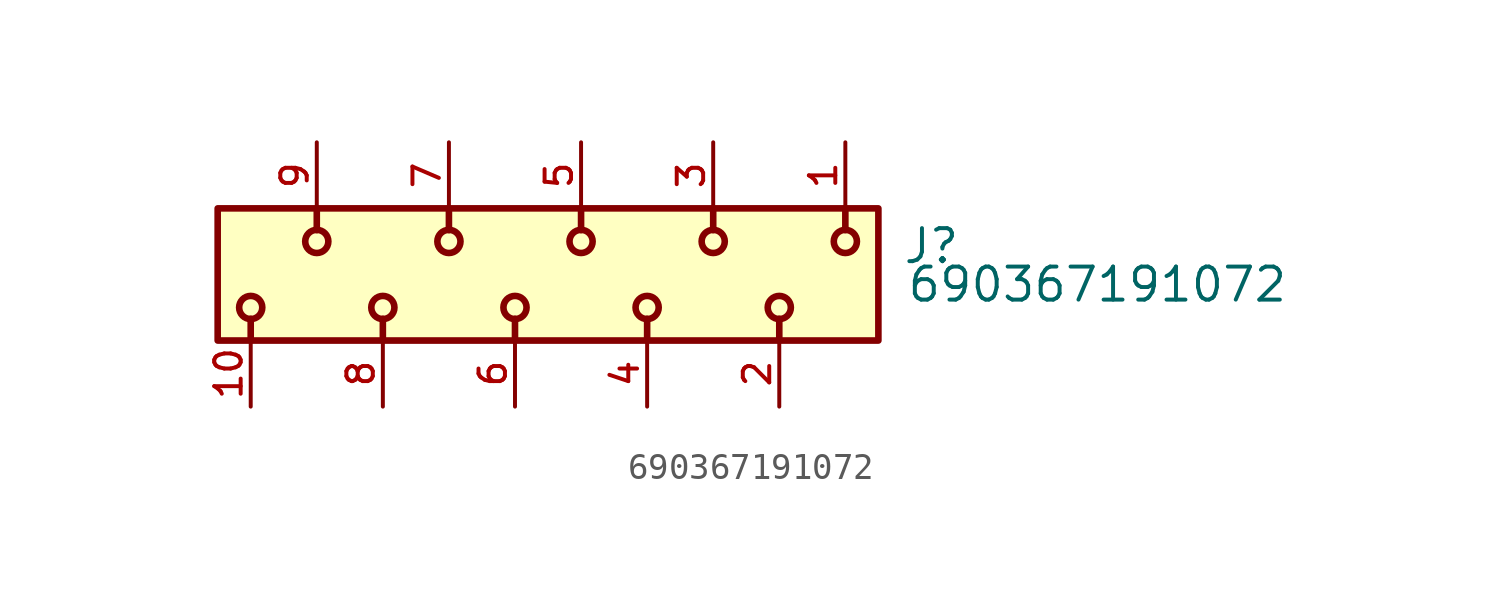
<source format=kicad_sym>
(kicad_symbol_lib
  (version 20211014)
  (generator kicad_symbol_editor)
  (symbol "690367191072"
    (pin_names
      (offset 1.016))
    (property "Reference" "J"
      (at 12.34 0.348 0)
      (effects (font (size 1.27 1.27)) (justify bottom left)))
    (property "Value" "690367191072"
      (at 12.49 -1.13 0)
      (effects (font (size 1.27 1.27)) (justify bottom left)))
    (symbol "690367191072_0_0"
      (polyline (pts (xy 2.54 -1.705) (xy 2.54 -2.54)) (stroke (width 0.254)))
      (polyline (pts (xy 7.62 -1.705) (xy 7.62 -2.54)) (stroke (width 0.254)))
      (polyline (pts (xy -2.54 -1.705) (xy -2.54 -2.54)) (stroke (width 0.254)))
      (polyline (pts (xy -7.62 -1.705) (xy -7.62 -2.54)) (stroke (width 0.254)))
      (polyline (pts (xy -12.7 -1.705) (xy -12.7 -2.54)) (stroke (width 0.254)))
      (polyline (pts (xy -10.16 1.705) (xy -10.16 2.54)) (stroke (width 0.254)))
      (polyline (pts (xy 5.08 1.705) (xy 5.08 2.54)) (stroke (width 0.254)))
      (polyline (pts (xy 0.0 1.705) (xy 0.0 2.54)) (stroke (width 0.254)))
      (polyline (pts (xy -5.08 1.705) (xy -5.08 2.54)) (stroke (width 0.254)))
      (polyline (pts (xy 10.16 1.705) (xy 10.16 2.54)) (stroke (width 0.254)))
      (circle (center 2.54 -1.27) (radius 0.445) (stroke (width 0.254)) (fill (type none)))
      (circle (center 7.62 -1.27) (radius 0.445) (stroke (width 0.254)) (fill (type none)))
      (circle (center -2.54 -1.27) (radius 0.445) (stroke (width 0.254)) (fill (type none)))
      (circle (center -7.62 -1.27) (radius 0.445) (stroke (width 0.254)) (fill (type none)))
      (circle (center -12.7 -1.27) (radius 0.445) (stroke (width 0.254)) (fill (type none)))
      (circle (center -10.16 1.27) (radius 0.445) (stroke (width 0.254)) (fill (type none)))
      (circle (center 5.08 1.27) (radius 0.445) (stroke (width 0.254)) (fill (type none)))
      (circle (center 0.0 1.27) (radius 0.445) (stroke (width 0.254)) (fill (type none)))
      (circle (center -5.08 1.27) (radius 0.445) (stroke (width 0.254)) (fill (type none)))
      (circle (center 10.16 1.27) (radius 0.445) (stroke (width 0.254)) (fill (type none)))
      (rectangle (start -13.97 -2.54) (end 11.43 2.54) (stroke (width 0.254)) (fill (type background)))
      (pin passive line (at 7.62 -5.08 90.0) (length 2.54) (name "~" (effects (font (size 1.016 1.016)))) (number "2" (effects (font (size 1.016 1.016)))))
      (pin passive line (at 10.16 5.08 270.0) (length 2.54) (name "~" (effects (font (size 1.016 1.016)))) (number "1" (effects (font (size 1.016 1.016)))))
      (pin passive line (at 5.08 5.08 270.0) (length 2.54) (name "~" (effects (font (size 1.016 1.016)))) (number "3" (effects (font (size 1.016 1.016)))))
      (pin passive line (at 2.54 -5.08 90.0) (length 2.54) (name "~" (effects (font (size 1.016 1.016)))) (number "4" (effects (font (size 1.016 1.016)))))
      (pin passive line (at 0.0 5.08 270.0) (length 2.54) (name "~" (effects (font (size 1.016 1.016)))) (number "5" (effects (font (size 1.016 1.016)))))
      (pin passive line (at -2.54 -5.08 90.0) (length 2.54) (name "~" (effects (font (size 1.016 1.016)))) (number "6" (effects (font (size 1.016 1.016)))))
      (pin passive line (at -5.08 5.08 270.0) (length 2.54) (name "~" (effects (font (size 1.016 1.016)))) (number "7" (effects (font (size 1.016 1.016)))))
      (pin passive line (at -7.62 -5.08 90.0) (length 2.54) (name "~" (effects (font (size 1.016 1.016)))) (number "8" (effects (font (size 1.016 1.016)))))
      (pin passive line (at -10.16 5.08 270.0) (length 2.54) (name "~" (effects (font (size 1.016 1.016)))) (number "9" (effects (font (size 1.016 1.016)))))
      (pin passive line (at -12.7 -5.08 90.0) (length 2.54) (name "~" (effects (font (size 1.016 1.016)))) (number "10" (effects (font (size 1.016 1.016))))))))
</source>
